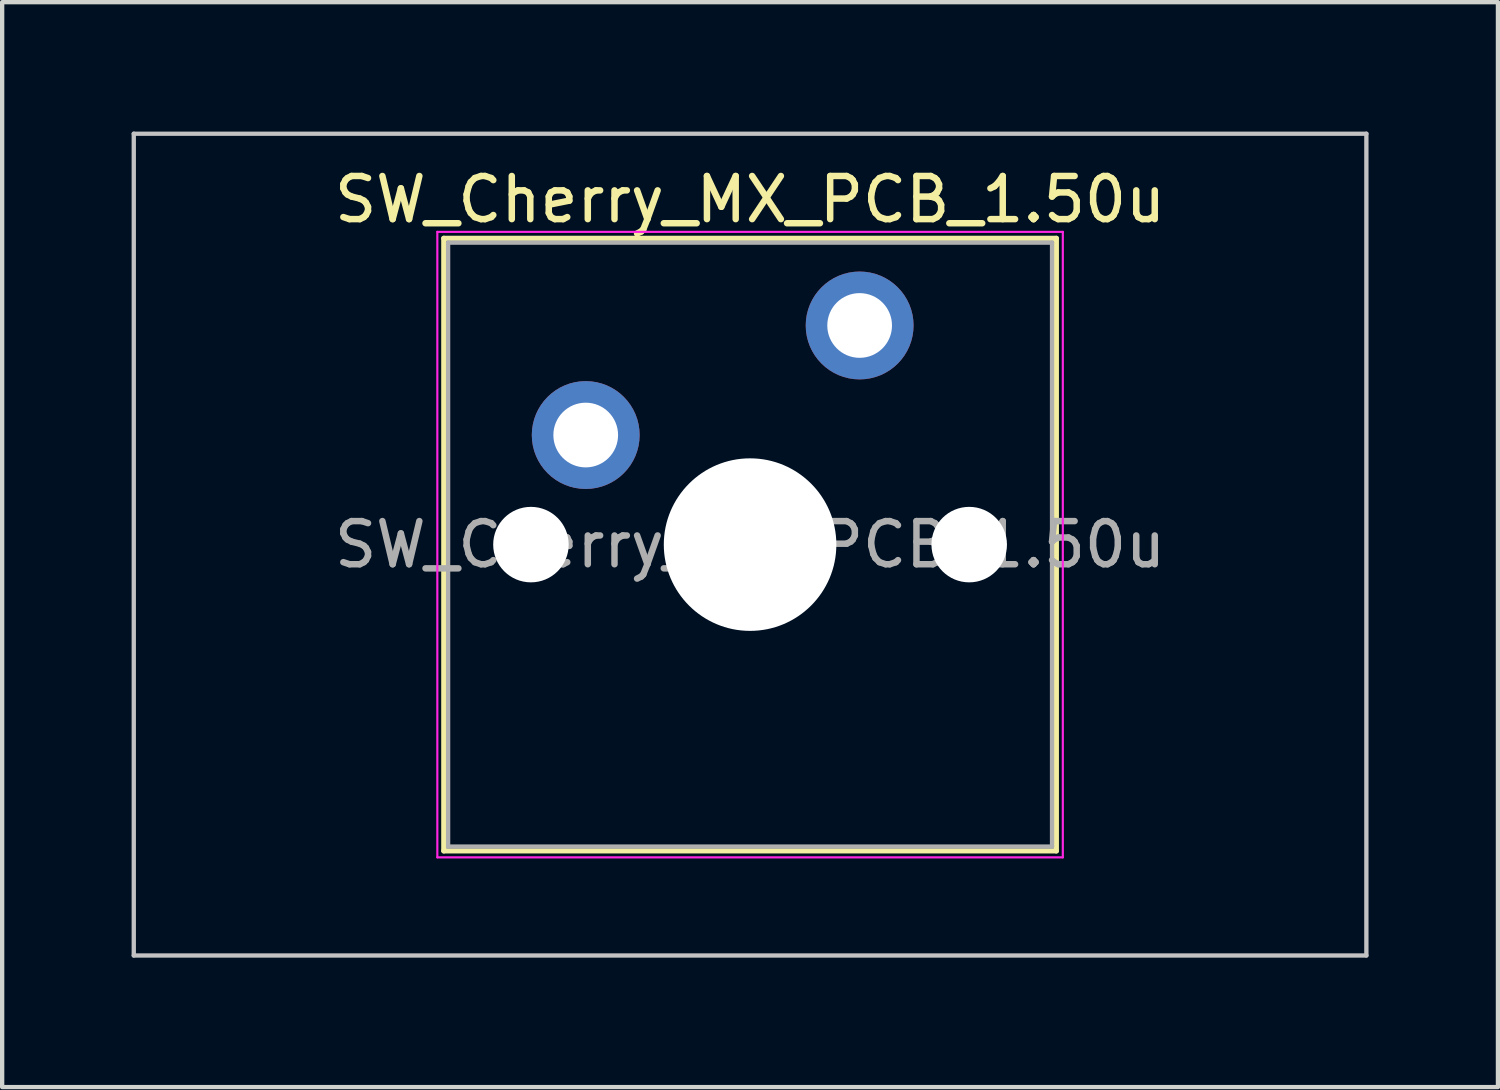
<source format=kicad_pcb>
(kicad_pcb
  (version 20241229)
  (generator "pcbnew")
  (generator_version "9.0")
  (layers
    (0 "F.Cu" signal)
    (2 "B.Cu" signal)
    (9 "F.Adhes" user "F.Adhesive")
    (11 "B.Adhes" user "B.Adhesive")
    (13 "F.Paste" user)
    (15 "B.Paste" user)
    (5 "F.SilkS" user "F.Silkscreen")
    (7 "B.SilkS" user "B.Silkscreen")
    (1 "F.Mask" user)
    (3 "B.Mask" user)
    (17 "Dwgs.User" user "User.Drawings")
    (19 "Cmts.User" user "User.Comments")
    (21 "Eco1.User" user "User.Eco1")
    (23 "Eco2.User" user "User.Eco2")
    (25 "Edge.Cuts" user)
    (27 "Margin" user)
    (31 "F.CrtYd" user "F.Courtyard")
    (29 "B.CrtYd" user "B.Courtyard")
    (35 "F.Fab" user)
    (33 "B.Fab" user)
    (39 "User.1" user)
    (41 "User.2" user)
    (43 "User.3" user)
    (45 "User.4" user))
  (footprint "SW_Cherry_MX_PCB_1.50u"
    (layer "F.Cu")
    (at 14.338 9.575)
    (property "Reference" "SW_Cherry_MX_PCB_1.50u" (at 0 -8 0) (layer "F.SilkS") (effects (font (size 1 1) (thickness 0.15))))
    (attr through_hole)
    (fp_line (start -7.1 -7.1) (end -7.1 7.1) (stroke (width 0.12) (type solid)) (layer "F.SilkS"))
    (fp_line (start -7.1 7.1) (end 7.1 7.1) (stroke (width 0.12) (type solid)) (layer "F.SilkS"))
    (fp_line (start 7.1 -7.1) (end -7.1 -7.1) (stroke (width 0.12) (type solid)) (layer "F.SilkS"))
    (fp_line (start 7.1 7.1) (end 7.1 -7.1) (stroke (width 0.12) (type solid)) (layer "F.SilkS"))
    (fp_line (start -14.287 -9.525) (end -14.287 9.525) (stroke (width 0.1) (type solid)) (layer "Dwgs.User"))
    (fp_line (start -14.287 9.525) (end 14.287 9.525) (stroke (width 0.1) (type solid)) (layer "Dwgs.User"))
    (fp_line (start 14.287 -9.525) (end -14.287 -9.525) (stroke (width 0.1) (type solid)) (layer "Dwgs.User"))
    (fp_line (start 14.287 9.525) (end 14.287 -9.525) (stroke (width 0.1) (type solid)) (layer "Dwgs.User"))
    (fp_line (start -7 -7) (end -7 7) (stroke (width 0.1) (type solid)) (layer "Eco1.User"))
    (fp_line (start -7 7) (end 7 7) (stroke (width 0.1) (type solid)) (layer "Eco1.User"))
    (fp_line (start 7 -7) (end -7 -7) (stroke (width 0.1) (type solid)) (layer "Eco1.User"))
    (fp_line (start 7 7) (end 7 -7) (stroke (width 0.1) (type solid)) (layer "Eco1.User"))
    (fp_line (start -7.25 -7.25) (end -7.25 7.25) (stroke (width 0.05) (type solid)) (layer "F.CrtYd"))
    (fp_line (start -7.25 7.25) (end 7.25 7.25) (stroke (width 0.05) (type solid)) (layer "F.CrtYd"))
    (fp_line (start 7.25 -7.25) (end -7.25 -7.25) (stroke (width 0.05) (type solid)) (layer "F.CrtYd"))
    (fp_line (start 7.25 7.25) (end 7.25 -7.25) (stroke (width 0.05) (type solid)) (layer "F.CrtYd"))
    (fp_line (start -7 -7) (end -7 7) (stroke (width 0.1) (type solid)) (layer "F.Fab"))
    (fp_line (start -7 7) (end 7 7) (stroke (width 0.1) (type solid)) (layer "F.Fab"))
    (fp_line (start 7 -7) (end -7 -7) (stroke (width 0.1) (type solid)) (layer "F.Fab"))
    (fp_line (start 7 7) (end 7 -7) (stroke (width 0.1) (type solid)) (layer "F.Fab"))
    (fp_text user "${REFERENCE}" (at 0 0 0) (layer "F.Fab") (effects (font (size 1 1) (thickness 0.15))))
    (pad "" np_thru_hole circle (at -5.08 0) (size 1.75 1.75) (drill 1.75) (layers "*.Cu" "*.Mask"))
    (pad "" smd circle (at -3.81 -2.54) (size 1.55 1.55) (layers "F.Mask"))
    (pad "" np_thru_hole circle (at 0 0) (size 4 4) (drill 4) (layers "*.Cu" "*.Mask"))
    (pad "" smd circle (at 2.54 -5.08) (size 1.55 1.55) (layers "F.Mask"))
    (pad "" np_thru_hole circle (at 5.08 0) (size 1.75 1.75) (drill 1.75) (layers "*.Cu" "*.Mask"))
    (pad "1" thru_hole circle (at -3.81 -2.54) (size 2.5 2.5) (drill 1.5) (layers "*.Cu" "B.Mask"))
    (pad "2" thru_hole circle (at 2.54 -5.08) (size 2.5 2.5) (drill 1.5) (layers "*.Cu" "B.Mask")))
  (gr_rect
    (start -3 -3)
    (end 31.675 22.15)
    (stroke (width 0.1) (type default))
    (fill no)
    (layer "Edge.Cuts")))
</source>
